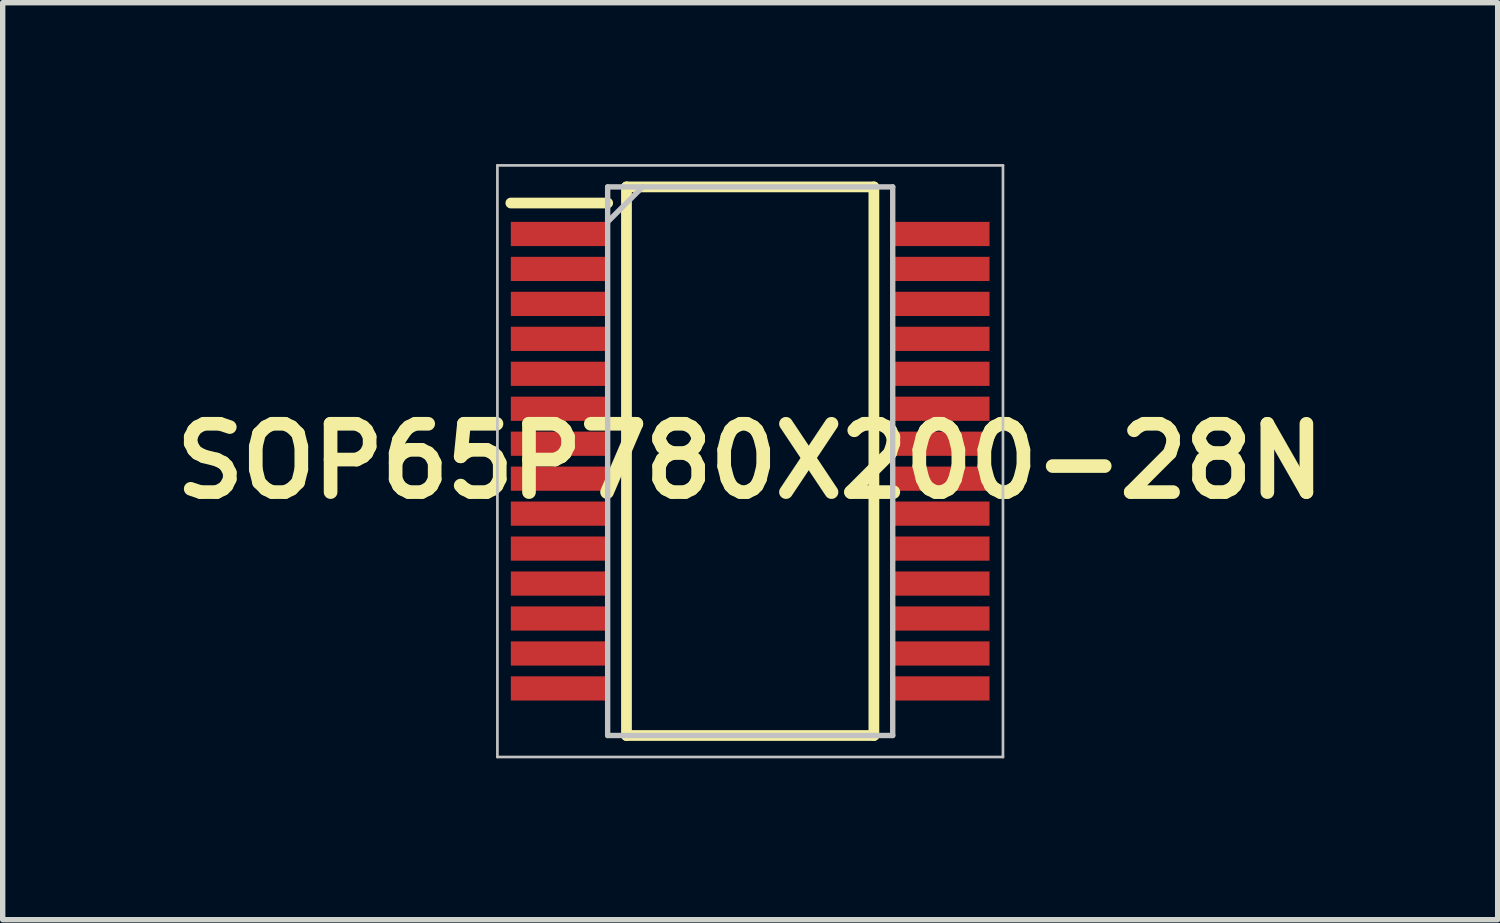
<source format=kicad_pcb>
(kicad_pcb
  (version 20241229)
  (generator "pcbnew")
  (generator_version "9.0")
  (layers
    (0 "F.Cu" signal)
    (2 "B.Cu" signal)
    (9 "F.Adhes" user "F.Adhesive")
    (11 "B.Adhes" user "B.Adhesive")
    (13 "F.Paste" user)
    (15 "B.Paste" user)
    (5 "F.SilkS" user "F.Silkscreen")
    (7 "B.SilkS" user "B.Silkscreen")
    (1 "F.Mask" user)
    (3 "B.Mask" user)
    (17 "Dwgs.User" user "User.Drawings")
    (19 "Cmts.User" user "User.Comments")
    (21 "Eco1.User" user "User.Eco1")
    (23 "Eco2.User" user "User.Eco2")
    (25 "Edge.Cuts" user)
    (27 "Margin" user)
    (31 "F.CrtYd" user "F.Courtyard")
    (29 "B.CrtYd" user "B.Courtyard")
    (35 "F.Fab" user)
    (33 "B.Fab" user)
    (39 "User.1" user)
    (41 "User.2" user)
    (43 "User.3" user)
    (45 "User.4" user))
  (footprint "SOP65P780X200-28N"
    (layer "F.Cu")
    (at 10.898 5.525)
    (property "Reference" "SOP65P780X200-28N" (at 0 0 0) (layer "F.SilkS") (effects (font (size 1.27 1.27) (thickness 0.254))))
    (attr smd)
    (fp_line (start -4.45 -4.8) (end -2.65 -4.8) (stroke (width 0.2) (type solid)) (layer "F.SilkS"))
    (fp_line (start -2.3 -5.1) (end 2.3 -5.1) (stroke (width 0.2) (type solid)) (layer "F.SilkS"))
    (fp_line (start -2.3 5.1) (end -2.3 -5.1) (stroke (width 0.2) (type solid)) (layer "F.SilkS"))
    (fp_line (start 2.3 -5.1) (end 2.3 5.1) (stroke (width 0.2) (type solid)) (layer "F.SilkS"))
    (fp_line (start 2.3 5.1) (end -2.3 5.1) (stroke (width 0.2) (type solid)) (layer "F.SilkS"))
    (fp_line (start -4.7 -5.5) (end 4.7 -5.5) (stroke (width 0.05) (type solid)) (layer "Dwgs.User"))
    (fp_line (start -4.7 5.5) (end -4.7 -5.5) (stroke (width 0.05) (type solid)) (layer "Dwgs.User"))
    (fp_line (start -2.65 -5.1) (end 2.65 -5.1) (stroke (width 0.1) (type solid)) (layer "Dwgs.User"))
    (fp_line (start -2.65 -4.45) (end -2 -5.1) (stroke (width 0.1) (type solid)) (layer "Dwgs.User"))
    (fp_line (start -2.65 5.1) (end -2.65 -5.1) (stroke (width 0.1) (type solid)) (layer "Dwgs.User"))
    (fp_line (start 2.65 -5.1) (end 2.65 5.1) (stroke (width 0.1) (type solid)) (layer "Dwgs.User"))
    (fp_line (start 2.65 5.1) (end -2.65 5.1) (stroke (width 0.1) (type solid)) (layer "Dwgs.User"))
    (fp_line (start 4.7 -5.5) (end 4.7 5.5) (stroke (width 0.05) (type solid)) (layer "Dwgs.User"))
    (fp_line (start 4.7 5.5) (end -4.7 5.5) (stroke (width 0.05) (type solid)) (layer "Dwgs.User"))
    (pad "1" smd rect (at -3.55 -4.225 90) (size 0.45 1.8) (layers "F.Cu" "F.Paste"))
    (pad "2" smd rect (at -3.55 -3.575 90) (size 0.45 1.8) (layers "F.Cu" "F.Paste"))
    (pad "3" smd rect (at -3.55 -2.925 90) (size 0.45 1.8) (layers "F.Cu" "F.Paste"))
    (pad "4" smd rect (at -3.55 -2.275 90) (size 0.45 1.8) (layers "F.Cu" "F.Paste"))
    (pad "5" smd rect (at -3.55 -1.625 90) (size 0.45 1.8) (layers "F.Cu" "F.Paste"))
    (pad "6" smd rect (at -3.55 -0.975 90) (size 0.45 1.8) (layers "F.Cu" "F.Paste"))
    (pad "7" smd rect (at -3.55 -0.325 90) (size 0.45 1.8) (layers "F.Cu" "F.Paste"))
    (pad "8" smd rect (at -3.55 0.325 90) (size 0.45 1.8) (layers "F.Cu" "F.Paste"))
    (pad "9" smd rect (at -3.55 0.975 90) (size 0.45 1.8) (layers "F.Cu" "F.Paste"))
    (pad "10" smd rect (at -3.55 1.625 90) (size 0.45 1.8) (layers "F.Cu" "F.Paste"))
    (pad "11" smd rect (at -3.55 2.275 90) (size 0.45 1.8) (layers "F.Cu" "F.Paste"))
    (pad "12" smd rect (at -3.55 2.925 90) (size 0.45 1.8) (layers "F.Cu" "F.Paste"))
    (pad "13" smd rect (at -3.55 3.575 90) (size 0.45 1.8) (layers "F.Cu" "F.Paste"))
    (pad "14" smd rect (at -3.55 4.225 90) (size 0.45 1.8) (layers "F.Cu" "F.Paste"))
    (pad "15" smd rect (at 3.55 4.225 90) (size 0.45 1.8) (layers "F.Cu" "F.Paste"))
    (pad "16" smd rect (at 3.55 3.575 90) (size 0.45 1.8) (layers "F.Cu" "F.Paste"))
    (pad "17" smd rect (at 3.55 2.925 90) (size 0.45 1.8) (layers "F.Cu" "F.Paste"))
    (pad "18" smd rect (at 3.55 2.275 90) (size 0.45 1.8) (layers "F.Cu" "F.Paste"))
    (pad "19" smd rect (at 3.55 1.625 90) (size 0.45 1.8) (layers "F.Cu" "F.Paste"))
    (pad "20" smd rect (at 3.55 0.975 90) (size 0.45 1.8) (layers "F.Cu" "F.Paste"))
    (pad "21" smd rect (at 3.55 0.325 90) (size 0.45 1.8) (layers "F.Cu" "F.Paste"))
    (pad "22" smd rect (at 3.55 -0.325 90) (size 0.45 1.8) (layers "F.Cu" "F.Paste"))
    (pad "23" smd rect (at 3.55 -0.975 90) (size 0.45 1.8) (layers "F.Cu" "F.Paste"))
    (pad "24" smd rect (at 3.55 -1.625 90) (size 0.45 1.8) (layers "F.Cu" "F.Paste"))
    (pad "25" smd rect (at 3.55 -2.275 90) (size 0.45 1.8) (layers "F.Cu" "F.Paste"))
    (pad "26" smd rect (at 3.55 -2.925 90) (size 0.45 1.8) (layers "F.Cu" "F.Paste"))
    (pad "27" smd rect (at 3.55 -3.575 90) (size 0.45 1.8) (layers "F.Cu" "F.Paste"))
    (pad "28" smd rect (at 3.55 -4.225 90) (size 0.45 1.8) (layers "F.Cu" "F.Paste")))
  (gr_rect
    (start -3 -3)
    (end 24.796 14.05)
    (stroke (width 0.1) (type default))
    (fill no)
    (layer "Edge.Cuts")))
</source>
